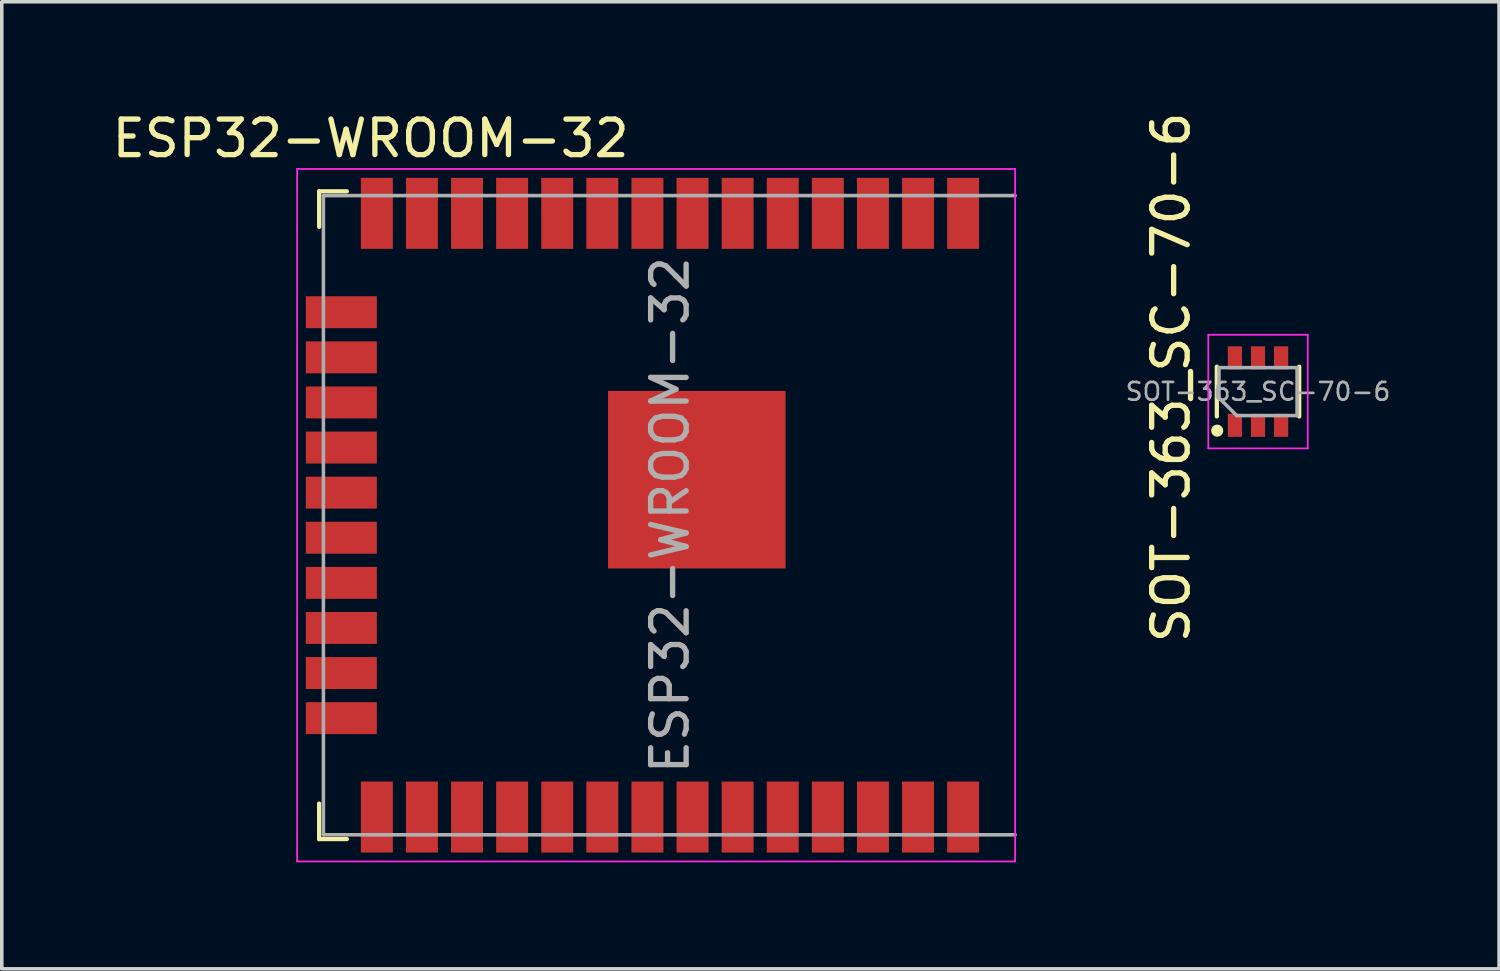
<source format=kicad_pcb>
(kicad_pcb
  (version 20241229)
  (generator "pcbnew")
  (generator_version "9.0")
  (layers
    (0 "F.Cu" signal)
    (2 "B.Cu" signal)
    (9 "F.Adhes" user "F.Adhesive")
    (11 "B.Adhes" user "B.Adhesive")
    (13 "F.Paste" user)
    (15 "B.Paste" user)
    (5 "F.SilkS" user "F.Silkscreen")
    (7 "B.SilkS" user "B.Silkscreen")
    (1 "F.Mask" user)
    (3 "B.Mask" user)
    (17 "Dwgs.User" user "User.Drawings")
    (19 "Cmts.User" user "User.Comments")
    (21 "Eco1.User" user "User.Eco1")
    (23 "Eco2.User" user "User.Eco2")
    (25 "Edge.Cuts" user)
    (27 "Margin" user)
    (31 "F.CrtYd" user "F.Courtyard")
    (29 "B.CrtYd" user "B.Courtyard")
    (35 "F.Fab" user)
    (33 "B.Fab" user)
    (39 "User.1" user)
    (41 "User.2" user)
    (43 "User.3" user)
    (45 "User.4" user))
  (footprint "ESP32-WROOM-32"
    (layer "F.Cu")
    (at 15.067 11.458)
    (property "Reference" "ESP32-WROOM-32" (at -7.68 -10.61 0) (layer "F.SilkS") (effects (font (size 1 1) (thickness 0.15))))
    (attr smd)
    (fp_line (start -9.13 -9.12) (end -9.13 -8.12) (stroke (width 0.12) (type solid)) (layer "F.SilkS"))
    (fp_line (start -9.13 9.12) (end -9.13 8.12) (stroke (width 0.12) (type solid)) (layer "F.SilkS"))
    (fp_line (start -8.35 -9.12) (end -9.13 -9.12) (stroke (width 0.12) (type solid)) (layer "F.SilkS"))
    (fp_line (start -8.35 9.12) (end -9.13 9.12) (stroke (width 0.12) (type solid)) (layer "F.SilkS"))
    (fp_line (start -9.75 -9.75) (end -9.75 9.75) (stroke (width 0.05) (type solid)) (layer "F.CrtYd"))
    (fp_line (start -9.75 -9.75) (end 10.47 -9.75) (stroke (width 0.05) (type solid)) (layer "F.CrtYd"))
    (fp_line (start 10.47 -9.75) (end 10.47 9.75) (stroke (width 0.05) (type solid)) (layer "F.CrtYd"))
    (fp_line (start 10.47 9.75) (end -9.75 9.75) (stroke (width 0.05) (type solid)) (layer "F.CrtYd"))
    (fp_line (start -9.01 -9) (end -9.01 9) (stroke (width 0.1) (type solid)) (layer "F.Fab"))
    (fp_line (start -9.01 9) (end 10.47 9) (stroke (width 0.1) (type solid)) (layer "F.Fab"))
    (fp_line (start 10.47 -9) (end -9.01 -9) (stroke (width 0.1) (type solid)) (layer "F.Fab"))
    (fp_text user "${REFERENCE}" (at 0.75 0 270) (layer "F.Fab") (effects (font (size 1 1) (thickness 0.15))))
    (pad "1" smd rect (at 9.005 -8.5) (size 0.9 2) (layers "F.Cu" "F.Mask" "F.Paste"))
    (pad "2" smd rect (at 7.735 -8.5) (size 0.9 2) (layers "F.Cu" "F.Mask" "F.Paste"))
    (pad "3" smd rect (at 6.465 -8.5) (size 0.9 2) (layers "F.Cu" "F.Mask" "F.Paste"))
    (pad "4" smd rect (at 5.195 -8.5) (size 0.9 2) (layers "F.Cu" "F.Mask" "F.Paste"))
    (pad "5" smd rect (at 3.925 -8.5) (size 0.9 2) (layers "F.Cu" "F.Mask" "F.Paste"))
    (pad "6" smd rect (at 2.655 -8.5) (size 0.9 2) (layers "F.Cu" "F.Mask" "F.Paste"))
    (pad "7" smd rect (at 1.385 -8.5) (size 0.9 2) (layers "F.Cu" "F.Mask" "F.Paste"))
    (pad "8" smd rect (at 0.115 -8.5) (size 0.9 2) (layers "F.Cu" "F.Mask" "F.Paste"))
    (pad "9" smd rect (at -1.155 -8.5) (size 0.9 2) (layers "F.Cu" "F.Mask" "F.Paste"))
    (pad "10" smd rect (at -2.425 -8.5) (size 0.9 2) (layers "F.Cu" "F.Mask" "F.Paste"))
    (pad "11" smd rect (at -3.695 -8.5) (size 0.9 2) (layers "F.Cu" "F.Mask" "F.Paste"))
    (pad "12" smd rect (at -4.965 -8.5) (size 0.9 2) (layers "F.Cu" "F.Mask" "F.Paste"))
    (pad "13" smd rect (at -6.235 -8.5) (size 0.9 2) (layers "F.Cu" "F.Mask" "F.Paste"))
    (pad "14" smd rect (at -7.505 -8.5) (size 0.9 2) (layers "F.Cu" "F.Mask" "F.Paste"))
    (pad "15" smd rect (at -8.505 -5.715 90) (size 0.9 2) (layers "F.Cu" "F.Mask" "F.Paste"))
    (pad "16" smd rect (at -8.505 -4.445 90) (size 0.9 2) (layers "F.Cu" "F.Mask" "F.Paste"))
    (pad "17" smd rect (at -8.505 -3.175 90) (size 0.9 2) (layers "F.Cu" "F.Mask" "F.Paste"))
    (pad "18" smd rect (at -8.505 -1.905 90) (size 0.9 2) (layers "F.Cu" "F.Mask" "F.Paste"))
    (pad "19" smd rect (at -8.505 -0.635 90) (size 0.9 2) (layers "F.Cu" "F.Mask" "F.Paste"))
    (pad "20" smd rect (at -8.505 0.635 90) (size 0.9 2) (layers "F.Cu" "F.Mask" "F.Paste"))
    (pad "21" smd rect (at -8.505 1.905 90) (size 0.9 2) (layers "F.Cu" "F.Mask" "F.Paste"))
    (pad "22" smd rect (at -8.505 3.175 90) (size 0.9 2) (layers "F.Cu" "F.Mask" "F.Paste"))
    (pad "23" smd rect (at -8.505 4.445 90) (size 0.9 2) (layers "F.Cu" "F.Mask" "F.Paste"))
    (pad "24" smd rect (at -8.505 5.715 90) (size 0.9 2) (layers "F.Cu" "F.Mask" "F.Paste"))
    (pad "25" smd rect (at -7.505 8.5) (size 0.9 2) (layers "F.Cu" "F.Mask" "F.Paste"))
    (pad "26" smd rect (at -6.235 8.5) (size 0.9 2) (layers "F.Cu" "F.Mask" "F.Paste"))
    (pad "27" smd rect (at -4.965 8.5) (size 0.9 2) (layers "F.Cu" "F.Mask" "F.Paste"))
    (pad "28" smd rect (at -3.695 8.5) (size 0.9 2) (layers "F.Cu" "F.Mask" "F.Paste"))
    (pad "29" smd rect (at -2.425 8.5) (size 0.9 2) (layers "F.Cu" "F.Mask" "F.Paste"))
    (pad "30" smd rect (at -1.155 8.5) (size 0.9 2) (layers "F.Cu" "F.Mask" "F.Paste"))
    (pad "31" smd rect (at 0.115 8.5) (size 0.9 2) (layers "F.Cu" "F.Mask" "F.Paste"))
    (pad "32" smd rect (at 1.385 8.5) (size 0.9 2) (layers "F.Cu" "F.Mask" "F.Paste"))
    (pad "33" smd rect (at 2.655 8.5) (size 0.9 2) (layers "F.Cu" "F.Mask" "F.Paste"))
    (pad "34" smd rect (at 3.925 8.5) (size 0.9 2) (layers "F.Cu" "F.Mask" "F.Paste"))
    (pad "35" smd rect (at 5.195 8.5) (size 0.9 2) (layers "F.Cu" "F.Mask" "F.Paste"))
    (pad "36" smd rect (at 6.465 8.5) (size 0.9 2) (layers "F.Cu" "F.Mask" "F.Paste"))
    (pad "37" smd rect (at 7.735 8.5) (size 0.9 2) (layers "F.Cu" "F.Mask" "F.Paste"))
    (pad "38" smd rect (at 9.005 8.5) (size 0.9 2) (layers "F.Cu" "F.Mask" "F.Paste"))
    (pad "39" smd rect (at 1.505 -1) (size 5 5) (layers "F.Cu" "F.Mask" "F.Paste")))
  (footprint "SOT-363_SC-70-6"
    (layer "F.Cu")
    (at 32.376 7.977)
    (property "Reference" "SOT-363_SC-70-6" (at -2.45 -0.4 90) (layer "F.SilkS") (effects (font (size 1 1) (thickness 0.15))))
    (attr smd)
    (fp_line (start -1.16 -0.7) (end -1.16 0.7) (stroke (width 0.12) (type solid)) (layer "F.SilkS"))
    (fp_line (start 1.16 0.7) (end 1.16 -0.7) (stroke (width 0.12) (type solid)) (layer "F.SilkS"))
    (fp_circle (center -1.15 1.1) (end -0.98 1.1) (stroke (width 0) (type solid)) (fill yes) (layer "F.SilkS"))
    (fp_line (start -1.4 1.6) (end -1.4 -1.6) (stroke (width 0.05) (type solid)) (layer "F.CrtYd"))
    (fp_line (start -1.4 1.6) (end 1.4 1.6) (stroke (width 0.05) (type solid)) (layer "F.CrtYd"))
    (fp_line (start 1.4 -1.6) (end -1.4 -1.6) (stroke (width 0.05) (type solid)) (layer "F.CrtYd"))
    (fp_line (start 1.4 1.6) (end 1.4 -1.6) (stroke (width 0.05) (type solid)) (layer "F.CrtYd"))
    (fp_line (start -1.1 -0.675) (end -1.1 0.175) (stroke (width 0.1) (type solid)) (layer "F.Fab"))
    (fp_line (start -1.1 -0.675) (end 1.1 -0.675) (stroke (width 0.1) (type solid)) (layer "F.Fab"))
    (fp_line (start -1.1 0.175) (end -0.6 0.675) (stroke (width 0.1) (type solid)) (layer "F.Fab"))
    (fp_line (start -0.6 0.675) (end 1.1 0.675) (stroke (width 0.1) (type solid)) (layer "F.Fab"))
    (fp_line (start 1.1 -0.675) (end 1.1 0.675) (stroke (width 0.1) (type solid)) (layer "F.Fab"))
    (fp_text user "${REFERENCE}" (at 0 0 180) (layer "F.Fab") (effects (font (size 0.5 0.5) (thickness 0.075))))
    (pad "1" smd rect (at -0.65 0.95) (size 0.4 0.65) (layers "F.Cu" "F.Mask" "F.Paste"))
    (pad "2" smd rect (at 0 0.95) (size 0.4 0.65) (layers "F.Cu" "F.Mask" "F.Paste"))
    (pad "3" smd rect (at 0.65 0.95) (size 0.4 0.65) (layers "F.Cu" "F.Mask" "F.Paste"))
    (pad "4" smd rect (at 0.65 -0.95) (size 0.4 0.65) (layers "F.Cu" "F.Mask" "F.Paste"))
    (pad "5" smd rect (at 0 -0.95) (size 0.4 0.65) (layers "F.Cu" "F.Mask" "F.Paste"))
    (pad "6" smd rect (at -0.65 -0.95) (size 0.4 0.65) (layers "F.Cu" "F.Mask" "F.Paste")))
  (gr_rect
    (start -3 -3)
    (end 39.164 24.233)
    (stroke (width 0.1) (type default))
    (fill no)
    (layer "Edge.Cuts")))
</source>
